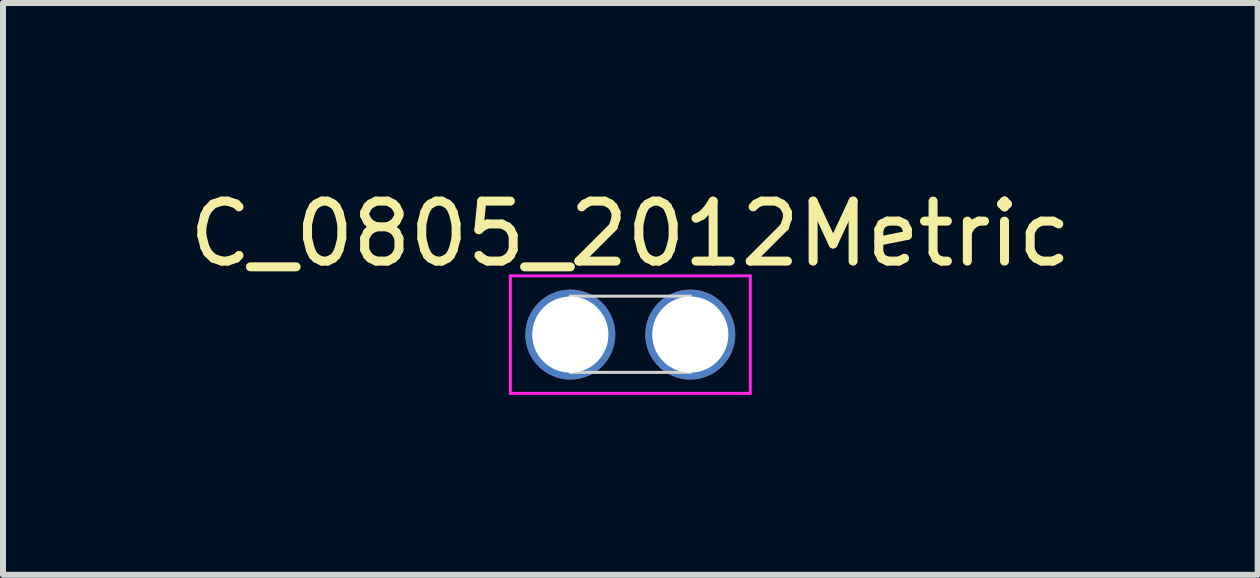
<source format=kicad_pcb>
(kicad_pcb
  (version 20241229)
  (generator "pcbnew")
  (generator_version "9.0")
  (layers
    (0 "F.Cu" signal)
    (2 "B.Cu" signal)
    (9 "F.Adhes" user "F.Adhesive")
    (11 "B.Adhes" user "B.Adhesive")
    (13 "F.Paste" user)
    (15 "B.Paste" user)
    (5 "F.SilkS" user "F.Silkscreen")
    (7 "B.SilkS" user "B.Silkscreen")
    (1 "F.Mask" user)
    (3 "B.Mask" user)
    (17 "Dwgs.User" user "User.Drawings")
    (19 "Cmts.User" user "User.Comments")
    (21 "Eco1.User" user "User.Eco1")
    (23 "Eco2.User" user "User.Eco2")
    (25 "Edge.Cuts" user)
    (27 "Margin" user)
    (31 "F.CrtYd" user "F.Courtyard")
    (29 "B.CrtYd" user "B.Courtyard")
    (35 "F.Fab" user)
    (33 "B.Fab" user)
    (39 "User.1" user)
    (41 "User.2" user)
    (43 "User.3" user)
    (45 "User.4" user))
  (footprint "C_0805_2012Metric"
    (layer "F.Cu")
    (at 7.458 2.528)
    (property "Reference" "C_0805_2012Metric" (at 0 -1.68 0) (layer "F.SilkS") (effects (font (size 1 1) (thickness 0.15))))
    (attr smd)
    (fp_line (start -1 -0.64) (end -1 0.63) (stroke (width 0.05) (type default)) (layer "Edge.Cuts"))
    (fp_line (start -1 0.63) (end 1 0.63) (stroke (width 0.05) (type default)) (layer "Edge.Cuts"))
    (fp_line (start 1 -0.64) (end -1 -0.64) (stroke (width 0.05) (type default)) (layer "Edge.Cuts"))
    (fp_line (start 1 -0.64) (end 1 0.63) (stroke (width 0.05) (type default)) (layer "Edge.Cuts"))
    (fp_line (start -2 -0.98) (end 2 -0.98) (stroke (width 0.05) (type solid)) (layer "F.CrtYd"))
    (fp_line (start -2 0.98) (end -2 -0.98) (stroke (width 0.05) (type solid)) (layer "F.CrtYd"))
    (fp_line (start 2 -0.98) (end 2 0.98) (stroke (width 0.05) (type solid)) (layer "F.CrtYd"))
    (fp_line (start 2 0.98) (end -2 0.98) (stroke (width 0.05) (type solid)) (layer "F.CrtYd"))
    (pad "1" thru_hole circle (at -1 0) (size 1.5 1.5) (drill 1.27) (layers "*.Cu" "*.Mask"))
    (pad "2" thru_hole circle (at 1 0) (size 1.5 1.5) (drill 1.27) (layers "*.Cu" "*.Mask")))
  (gr_rect
    (start -3 -3)
    (end 17.917 6.533)
    (stroke (width 0.1) (type default))
    (fill no)
    (layer "Edge.Cuts")))
</source>
